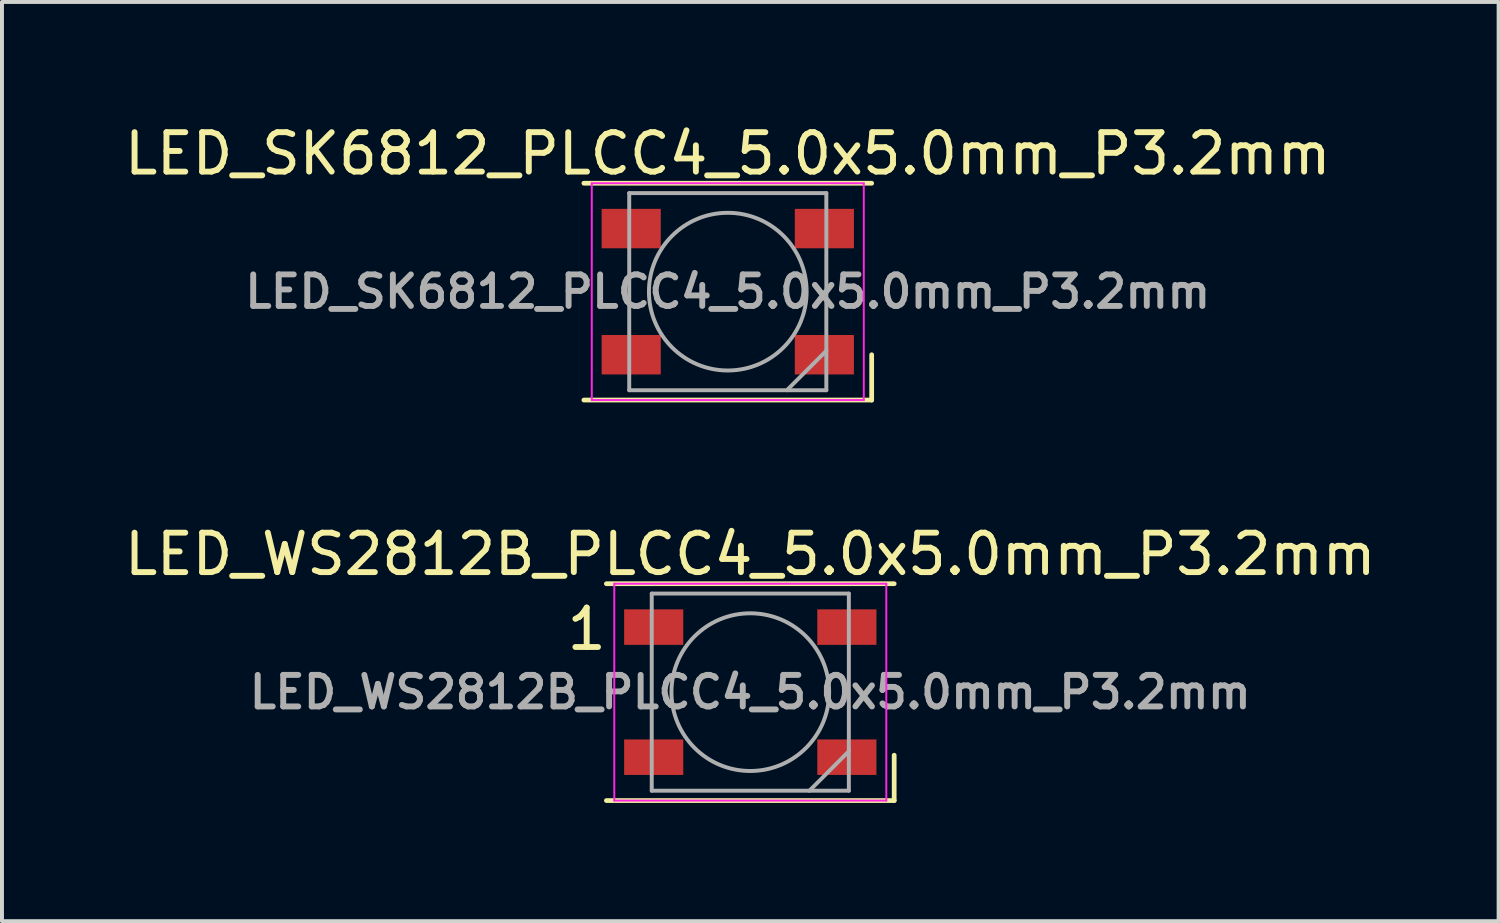
<source format=kicad_pcb>
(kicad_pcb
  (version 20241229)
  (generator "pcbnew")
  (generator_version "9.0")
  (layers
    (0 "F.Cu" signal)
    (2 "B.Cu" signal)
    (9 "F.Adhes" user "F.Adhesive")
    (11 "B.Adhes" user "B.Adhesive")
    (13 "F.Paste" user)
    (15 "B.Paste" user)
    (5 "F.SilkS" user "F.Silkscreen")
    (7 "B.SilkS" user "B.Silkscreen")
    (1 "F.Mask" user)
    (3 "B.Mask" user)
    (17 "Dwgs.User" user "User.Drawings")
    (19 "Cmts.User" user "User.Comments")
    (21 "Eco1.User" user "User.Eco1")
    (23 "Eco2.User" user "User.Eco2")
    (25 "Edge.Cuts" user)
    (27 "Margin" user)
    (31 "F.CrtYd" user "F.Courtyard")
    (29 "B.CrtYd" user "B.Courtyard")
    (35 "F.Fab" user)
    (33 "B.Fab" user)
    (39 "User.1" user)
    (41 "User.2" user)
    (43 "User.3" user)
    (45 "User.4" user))
  (footprint "LED_WS2812B_PLCC4_5.0x5.0mm_P3.2mm"
    (layer "F.Cu")
    (at 15.982 14.507)
    (property "Reference" "LED_WS2812B_PLCC4_5.0x5.0mm_P3.2mm" (at 0 -3.5 0) (layer "F.SilkS") (effects (font (size 1 1) (thickness 0.15))))
    (attr smd)
    (fp_line (start -3.65 -2.75) (end 3.65 -2.75) (stroke (width 0.12) (type solid)) (layer "F.SilkS"))
    (fp_line (start -3.65 2.75) (end 3.65 2.75) (stroke (width 0.12) (type solid)) (layer "F.SilkS"))
    (fp_line (start 3.65 2.75) (end 3.65 1.6) (stroke (width 0.12) (type solid)) (layer "F.SilkS"))
    (fp_line (start -3.45 -2.75) (end -3.45 2.75) (stroke (width 0.05) (type solid)) (layer "F.CrtYd"))
    (fp_line (start -3.45 2.75) (end 3.45 2.75) (stroke (width 0.05) (type solid)) (layer "F.CrtYd"))
    (fp_line (start 3.45 -2.75) (end -3.45 -2.75) (stroke (width 0.05) (type solid)) (layer "F.CrtYd"))
    (fp_line (start 3.45 2.75) (end 3.45 -2.75) (stroke (width 0.05) (type solid)) (layer "F.CrtYd"))
    (fp_line (start -2.5 -2.5) (end -2.5 2.5) (stroke (width 0.1) (type solid)) (layer "F.Fab"))
    (fp_line (start -2.5 2.5) (end 2.5 2.5) (stroke (width 0.1) (type solid)) (layer "F.Fab"))
    (fp_line (start 2.5 -2.5) (end -2.5 -2.5) (stroke (width 0.1) (type solid)) (layer "F.Fab"))
    (fp_line (start 2.5 1.5) (end 1.5 2.5) (stroke (width 0.1) (type solid)) (layer "F.Fab"))
    (fp_line (start 2.5 2.5) (end 2.5 -2.5) (stroke (width 0.1) (type solid)) (layer "F.Fab"))
    (fp_circle (center 0 0) (end 0 -2) (stroke (width 0.1) (type solid)) (fill no) (layer "F.Fab"))
    (fp_text user "1" (at -4.15 -1.6 0) (layer "F.SilkS") (effects (font (size 1 1) (thickness 0.15))))
    (fp_text user "${REFERENCE}" (at 0 0 0) (layer "F.Fab") (effects (font (size 0.8 0.8) (thickness 0.15))))
    (pad "1" smd rect (at -2.45 -1.65) (size 1.5 0.9) (layers "F.Cu" "F.Mask" "F.Paste"))
    (pad "2" smd rect (at -2.45 1.65) (size 1.5 0.9) (layers "F.Cu" "F.Mask" "F.Paste"))
    (pad "3" smd rect (at 2.45 -1.65) (size 1.5 0.9) (layers "F.Cu" "F.Mask" "F.Paste"))
    (pad "4" smd rect (at 2.45 1.65) (size 1.5 0.9) (layers "F.Cu" "F.Mask" "F.Paste")))
  (footprint "LED_SK6812_PLCC4_5.0x5.0mm_P3.2mm"
    (layer "F.Cu")
    (at 15.411 4.348)
    (property "Reference" "LED_SK6812_PLCC4_5.0x5.0mm_P3.2mm" (at 0 -3.5 0) (layer "F.SilkS") (effects (font (size 1 1) (thickness 0.15))))
    (attr smd)
    (fp_line (start -3.65 -2.75) (end 3.65 -2.75) (stroke (width 0.12) (type solid)) (layer "F.SilkS"))
    (fp_line (start -3.65 2.75) (end 3.65 2.75) (stroke (width 0.12) (type solid)) (layer "F.SilkS"))
    (fp_line (start 3.65 2.75) (end 3.65 1.6) (stroke (width 0.12) (type solid)) (layer "F.SilkS"))
    (fp_line (start -3.45 -2.75) (end -3.45 2.75) (stroke (width 0.05) (type solid)) (layer "F.CrtYd"))
    (fp_line (start -3.45 2.75) (end 3.45 2.75) (stroke (width 0.05) (type solid)) (layer "F.CrtYd"))
    (fp_line (start 3.45 -2.75) (end -3.45 -2.75) (stroke (width 0.05) (type solid)) (layer "F.CrtYd"))
    (fp_line (start 3.45 2.75) (end 3.45 -2.75) (stroke (width 0.05) (type solid)) (layer "F.CrtYd"))
    (fp_line (start -2.5 -2.5) (end -2.5 2.5) (stroke (width 0.1) (type solid)) (layer "F.Fab"))
    (fp_line (start -2.5 2.5) (end 2.5 2.5) (stroke (width 0.1) (type solid)) (layer "F.Fab"))
    (fp_line (start 2.5 -2.5) (end -2.5 -2.5) (stroke (width 0.1) (type solid)) (layer "F.Fab"))
    (fp_line (start 2.5 1.5) (end 1.5 2.5) (stroke (width 0.1) (type solid)) (layer "F.Fab"))
    (fp_line (start 2.5 2.5) (end 2.5 -2.5) (stroke (width 0.1) (type solid)) (layer "F.Fab"))
    (fp_circle (center 0 0) (end 0 -2) (stroke (width 0.1) (type solid)) (fill no) (layer "F.Fab"))
    (fp_text user "${REFERENCE}" (at 0 0 0) (layer "F.Fab") (effects (font (size 0.8 0.8) (thickness 0.15))))
    (pad "1" smd rect (at 2.45 1.6) (size 1.5 1) (layers "F.Cu" "F.Mask" "F.Paste"))
    (pad "2" smd rect (at 2.45 -1.6) (size 1.5 1) (layers "F.Cu" "F.Mask" "F.Paste"))
    (pad "3" smd rect (at -2.45 -1.6) (size 1.5 1) (layers "F.Cu" "F.Mask" "F.Paste"))
    (pad "4" smd rect (at -2.45 1.6) (size 1.5 1) (layers "F.Cu" "F.Mask" "F.Paste")))
  (gr_rect
    (start -3 -3)
    (end 34.964 20.317)
    (stroke (width 0.1) (type default))
    (fill no)
    (layer "Edge.Cuts")))
</source>
